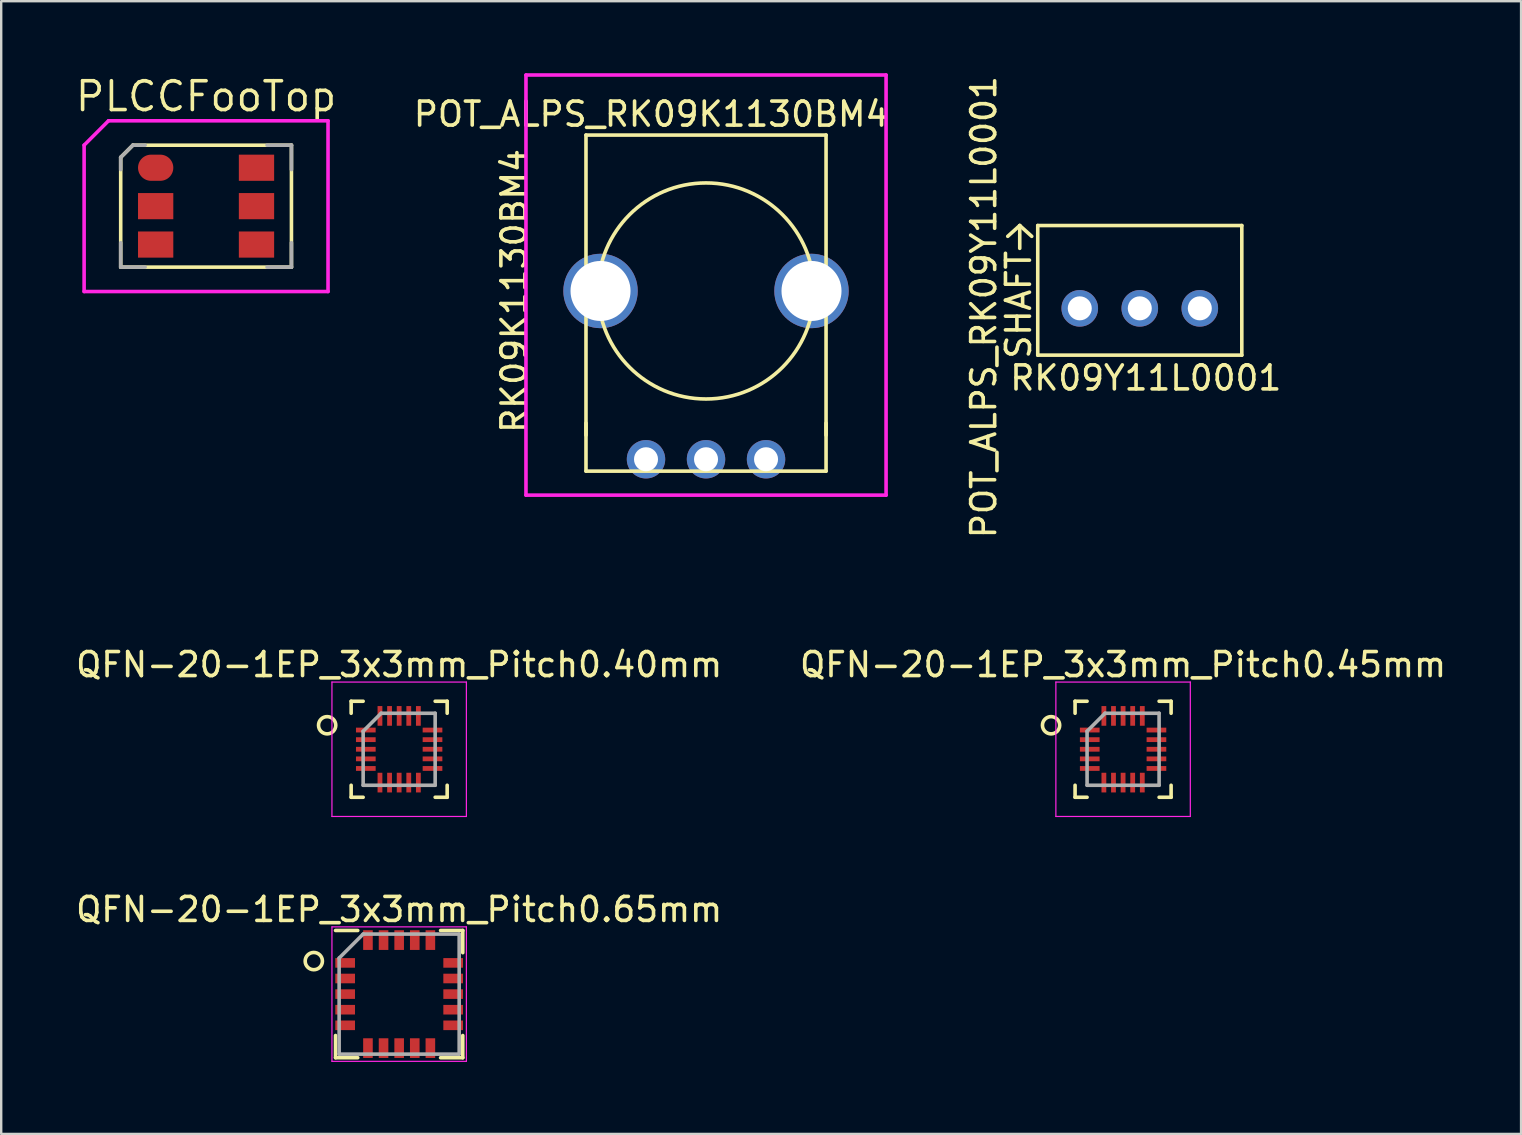
<source format=kicad_pcb>
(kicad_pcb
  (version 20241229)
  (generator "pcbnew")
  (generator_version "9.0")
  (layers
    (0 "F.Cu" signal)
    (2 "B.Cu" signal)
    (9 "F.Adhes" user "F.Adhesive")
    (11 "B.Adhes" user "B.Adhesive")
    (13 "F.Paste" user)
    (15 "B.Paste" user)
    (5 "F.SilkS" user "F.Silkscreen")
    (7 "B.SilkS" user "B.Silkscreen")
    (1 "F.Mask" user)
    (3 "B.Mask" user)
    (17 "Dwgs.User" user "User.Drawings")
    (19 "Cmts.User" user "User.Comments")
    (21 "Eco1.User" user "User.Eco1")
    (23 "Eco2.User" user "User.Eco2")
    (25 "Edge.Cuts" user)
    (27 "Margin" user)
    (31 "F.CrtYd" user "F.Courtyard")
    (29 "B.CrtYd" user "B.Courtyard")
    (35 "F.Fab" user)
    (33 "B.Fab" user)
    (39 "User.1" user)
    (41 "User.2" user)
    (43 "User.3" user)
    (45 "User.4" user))
  (footprint "POT_ALPS_RK09Y11L0001"
    (layer "F.Cu")
    (at 44.427 9.794)
    (property "Reference" "POT_ALPS_RK09Y11L0001" (at -6.5 -0.05 90) (layer "F.SilkS") (effects (font (size 1 1) (thickness 0.15))))
    (attr through_hole)
    (fp_line (start -5 -3.45) (end -5.5 -3) (stroke (width 0.15) (type solid)) (layer "F.SilkS"))
    (fp_line (start -5 -3.45) (end -4.5 -3) (stroke (width 0.15) (type solid)) (layer "F.SilkS"))
    (fp_line (start -5 -2.5) (end -5 -3.45) (stroke (width 0.15) (type solid)) (layer "F.SilkS"))
    (fp_line (start -4.25 -3.45) (end -4.25 1.95) (stroke (width 0.15) (type solid)) (layer "F.SilkS"))
    (fp_line (start -4.25 -3.45) (end 4.25 -3.45) (stroke (width 0.15) (type solid)) (layer "F.SilkS"))
    (fp_line (start 4.25 -3.45) (end 4.25 1.95) (stroke (width 0.15) (type solid)) (layer "F.SilkS"))
    (fp_line (start 4.25 1.95) (end -4.25 1.95) (stroke (width 0.15) (type solid)) (layer "F.SilkS"))
    (fp_text user "SHAFT" (at -5.05 -0.15 90) (layer "F.SilkS") (effects (font (size 1 1) (thickness 0.15))))
    (fp_text user "RK09Y11L0001" (at 0.25 2.9 0) (layer "F.SilkS") (effects (font (size 1 1) (thickness 0.15))))
    (pad "1" thru_hole circle (at -2.5 0) (size 1.524 1.524) (drill 1) (layers "*.Cu" "*.Mask"))
    (pad "2" thru_hole circle (at 0 0) (size 1.524 1.524) (drill 1) (layers "*.Cu" "*.Mask"))
    (pad "3" thru_hole circle (at 2.5 0) (size 1.524 1.524) (drill 1) (layers "*.Cu" "*.Mask")))
  (footprint "QFN-20-1EP_3x3mm_Pitch0.65mm"
    (layer "F.Cu")
    (at 13.577 38.359)
    (property "Reference" "QFN-20-1EP_3x3mm_Pitch0.65mm" (at 0 -3.525 0) (layer "F.SilkS") (effects (font (size 1 1) (thickness 0.15))))
    (attr smd)
    (fp_line (start -2.65 -2.65) (end -1.725 -2.65) (stroke (width 0.15) (type solid)) (layer "F.SilkS"))
    (fp_line (start -2.65 2.65) (end -2.65 1.725) (stroke (width 0.15) (type solid)) (layer "F.SilkS"))
    (fp_line (start -2.65 2.65) (end -1.725 2.65) (stroke (width 0.15) (type solid)) (layer "F.SilkS"))
    (fp_line (start 2.65 -2.65) (end 1.725 -2.65) (stroke (width 0.15) (type solid)) (layer "F.SilkS"))
    (fp_line (start 2.65 -2.65) (end 2.65 -1.725) (stroke (width 0.15) (type solid)) (layer "F.SilkS"))
    (fp_line (start 2.65 2.65) (end 1.725 2.65) (stroke (width 0.15) (type solid)) (layer "F.SilkS"))
    (fp_line (start 2.65 2.65) (end 2.65 1.725) (stroke (width 0.15) (type solid)) (layer "F.SilkS"))
    (fp_circle (center -3.556 -1.375) (end -3.302 -1.629) (stroke (width 0.15) (type solid)) (fill no) (layer "F.SilkS"))
    (fp_line (start -2.8 -2.8) (end -2.8 2.8) (stroke (width 0.05) (type solid)) (layer "F.CrtYd"))
    (fp_line (start -2.8 -2.8) (end 2.8 -2.8) (stroke (width 0.05) (type solid)) (layer "F.CrtYd"))
    (fp_line (start -2.8 2.8) (end 2.8 2.8) (stroke (width 0.05) (type solid)) (layer "F.CrtYd"))
    (fp_line (start 2.8 -2.8) (end 2.8 2.8) (stroke (width 0.05) (type solid)) (layer "F.CrtYd"))
    (fp_line (start -2.5 -1.5) (end -1.5 -2.5) (stroke (width 0.15) (type solid)) (layer "F.Fab"))
    (fp_line (start -2.5 2.5) (end -2.5 -1.5) (stroke (width 0.15) (type solid)) (layer "F.Fab"))
    (fp_line (start -1.5 -2.5) (end 2.5 -2.5) (stroke (width 0.15) (type solid)) (layer "F.Fab"))
    (fp_line (start 2.5 -2.5) (end 2.5 2.5) (stroke (width 0.15) (type solid)) (layer "F.Fab"))
    (fp_line (start 2.5 2.5) (end -2.5 2.5) (stroke (width 0.15) (type solid)) (layer "F.Fab"))
    (pad "1" smd rect (at -2.25 -1.3) (size 0.82 0.4) (layers "F.Cu" "F.Mask" "F.Paste"))
    (pad "2" smd rect (at -2.25 -0.65) (size 0.82 0.4) (layers "F.Cu" "F.Mask" "F.Paste"))
    (pad "3" smd rect (at -2.25 0) (size 0.82 0.4) (layers "F.Cu" "F.Mask" "F.Paste"))
    (pad "4" smd rect (at -2.25 0.65) (size 0.82 0.4) (layers "F.Cu" "F.Mask" "F.Paste"))
    (pad "5" smd rect (at -2.25 1.3) (size 0.82 0.4) (layers "F.Cu" "F.Mask" "F.Paste"))
    (pad "6" smd rect (at -1.3 2.25 90) (size 0.82 0.4) (layers "F.Cu" "F.Mask" "F.Paste"))
    (pad "7" smd rect (at -0.65 2.25 90) (size 0.82 0.4) (layers "F.Cu" "F.Mask" "F.Paste"))
    (pad "8" smd rect (at 0 2.25 90) (size 0.82 0.4) (layers "F.Cu" "F.Mask" "F.Paste"))
    (pad "9" smd rect (at 0.65 2.25 90) (size 0.82 0.4) (layers "F.Cu" "F.Mask" "F.Paste"))
    (pad "10" smd rect (at 1.3 2.25 90) (size 0.82 0.4) (layers "F.Cu" "F.Mask" "F.Paste"))
    (pad "11" smd rect (at 2.25 1.3) (size 0.82 0.4) (layers "F.Cu" "F.Mask" "F.Paste"))
    (pad "12" smd rect (at 2.25 0.65) (size 0.82 0.4) (layers "F.Cu" "F.Mask" "F.Paste"))
    (pad "13" smd rect (at 2.25 0) (size 0.82 0.4) (layers "F.Cu" "F.Mask" "F.Paste"))
    (pad "14" smd rect (at 2.25 -0.65) (size 0.82 0.4) (layers "F.Cu" "F.Mask" "F.Paste"))
    (pad "15" smd rect (at 2.25 -1.3) (size 0.82 0.4) (layers "F.Cu" "F.Mask" "F.Paste"))
    (pad "16" smd rect (at 1.3 -2.25 90) (size 0.82 0.4) (layers "F.Cu" "F.Mask" "F.Paste"))
    (pad "17" smd rect (at 0.65 -2.25 90) (size 0.82 0.4) (layers "F.Cu" "F.Mask" "F.Paste"))
    (pad "18" smd rect (at 0 -2.25 90) (size 0.82 0.4) (layers "F.Cu" "F.Mask" "F.Paste"))
    (pad "19" smd rect (at -0.65 -2.25 90) (size 0.82 0.4) (layers "F.Cu" "F.Mask" "F.Paste"))
    (pad "20" smd rect (at -1.3 -2.25 90) (size 0.82 0.4) (layers "F.Cu" "F.Mask" "F.Paste")))
  (footprint "QFN-20-1EP_3x3mm_Pitch0.45mm"
    (layer "F.Cu")
    (at 43.732 28.16)
    (property "Reference" "QFN-20-1EP_3x3mm_Pitch0.45mm" (at 0 -3.525 0) (layer "F.SilkS") (effects (font (size 1 1) (thickness 0.15))))
    (attr smd)
    (fp_line (start -2 -2) (end -1.5 -2) (stroke (width 0.15) (type solid)) (layer "F.SilkS"))
    (fp_line (start -2 -1.5) (end -2 -2) (stroke (width 0.15) (type solid)) (layer "F.SilkS"))
    (fp_line (start -2 2) (end -2 1.5) (stroke (width 0.15) (type solid)) (layer "F.SilkS"))
    (fp_line (start -1.5 2) (end -2 2) (stroke (width 0.15) (type solid)) (layer "F.SilkS"))
    (fp_line (start 1.5 -2) (end 2 -2) (stroke (width 0.15) (type solid)) (layer "F.SilkS"))
    (fp_line (start 2 -2) (end 2 -1.5) (stroke (width 0.15) (type solid)) (layer "F.SilkS"))
    (fp_line (start 2 1.5) (end 2 2) (stroke (width 0.15) (type solid)) (layer "F.SilkS"))
    (fp_line (start 2 2) (end 1.5 2) (stroke (width 0.15) (type solid)) (layer "F.SilkS"))
    (fp_circle (center -3 -1) (end -2.746 -1.254) (stroke (width 0.15) (type solid)) (fill no) (layer "F.SilkS"))
    (fp_line (start -2.8 -2.8) (end -2.8 2.8) (stroke (width 0.05) (type solid)) (layer "F.CrtYd"))
    (fp_line (start -2.8 -2.8) (end 2.8 -2.8) (stroke (width 0.05) (type solid)) (layer "F.CrtYd"))
    (fp_line (start -2.8 2.8) (end 2.8 2.8) (stroke (width 0.05) (type solid)) (layer "F.CrtYd"))
    (fp_line (start 2.8 -2.8) (end 2.8 2.8) (stroke (width 0.05) (type solid)) (layer "F.CrtYd"))
    (fp_line (start -1.5 1.5) (end -1.5 -0.75) (stroke (width 0.15) (type solid)) (layer "F.Fab"))
    (fp_line (start -0.75 -1.5) (end -1.5 -0.75) (stroke (width 0.15) (type solid)) (layer "F.Fab"))
    (fp_line (start -0.75 -1.5) (end 1.5 -1.5) (stroke (width 0.15) (type solid)) (layer "F.Fab"))
    (fp_line (start 1.5 -1.5) (end 1.5 1.5) (stroke (width 0.15) (type solid)) (layer "F.Fab"))
    (fp_line (start 1.5 1.5) (end -1.5 1.5) (stroke (width 0.15) (type solid)) (layer "F.Fab"))
    (pad "1" smd rect (at -1.389 -0.8) (size 0.82 0.2) (layers "F.Cu" "F.Mask" "F.Paste"))
    (pad "2" smd rect (at -1.389 -0.4) (size 0.82 0.2) (layers "F.Cu" "F.Mask" "F.Paste"))
    (pad "3" smd rect (at -1.389 0) (size 0.82 0.2) (layers "F.Cu" "F.Mask" "F.Paste"))
    (pad "4" smd rect (at -1.389 0.4) (size 0.82 0.2) (layers "F.Cu" "F.Mask" "F.Paste"))
    (pad "5" smd rect (at -1.389 0.8) (size 0.82 0.2) (layers "F.Cu" "F.Mask" "F.Paste"))
    (pad "6" smd rect (at -0.8 1.389 90) (size 0.82 0.2) (layers "F.Cu" "F.Mask" "F.Paste"))
    (pad "7" smd rect (at -0.4 1.389 90) (size 0.82 0.2) (layers "F.Cu" "F.Mask" "F.Paste"))
    (pad "8" smd rect (at 0 1.389 90) (size 0.82 0.2) (layers "F.Cu" "F.Mask" "F.Paste"))
    (pad "9" smd rect (at 0.4 1.389 90) (size 0.82 0.2) (layers "F.Cu" "F.Mask" "F.Paste"))
    (pad "10" smd rect (at 0.8 1.389 90) (size 0.82 0.2) (layers "F.Cu" "F.Mask" "F.Paste"))
    (pad "11" smd rect (at 1.389 0.8) (size 0.82 0.2) (layers "F.Cu" "F.Mask" "F.Paste"))
    (pad "12" smd rect (at 1.389 0.4) (size 0.82 0.2) (layers "F.Cu" "F.Mask" "F.Paste"))
    (pad "13" smd rect (at 1.389 0) (size 0.82 0.2) (layers "F.Cu" "F.Mask" "F.Paste"))
    (pad "14" smd rect (at 1.389 -0.4) (size 0.82 0.2) (layers "F.Cu" "F.Mask" "F.Paste"))
    (pad "15" smd rect (at 1.389 -0.8) (size 0.82 0.2) (layers "F.Cu" "F.Mask" "F.Paste"))
    (pad "16" smd rect (at 0.8 -1.389 90) (size 0.82 0.2) (layers "F.Cu" "F.Mask" "F.Paste"))
    (pad "17" smd rect (at 0.4 -1.389 90) (size 0.82 0.2) (layers "F.Cu" "F.Mask" "F.Paste"))
    (pad "18" smd rect (at 0 -1.389 90) (size 0.82 0.2) (layers "F.Cu" "F.Mask" "F.Paste"))
    (pad "19" smd rect (at -0.4 -1.389 90) (size 0.82 0.2) (layers "F.Cu" "F.Mask" "F.Paste"))
    (pad "20" smd rect (at -0.8 -1.389 90) (size 0.82 0.2) (layers "F.Cu" "F.Mask" "F.Paste")))
  (footprint "POT_ALPS_RK09K1130BM4"
    (layer "F.Cu")
    (at 26.359 9.07)
    (property "Reference" "POT_ALPS_RK09K1130BM4" (at -2.286 -7.366 180) (layer "F.SilkS") (effects (font (size 1 1) (thickness 0.15))))
    (attr through_hole)
    (fp_line (start -5 -6.495) (end 5 -6.495) (stroke (width 0.15) (type solid)) (layer "F.SilkS"))
    (fp_line (start -5 6.005) (end -5 -6.495) (stroke (width 0.15) (type solid)) (layer "F.SilkS"))
    (fp_line (start -5 7.505) (end -5 5.505) (stroke (width 0.15) (type solid)) (layer "F.SilkS"))
    (fp_line (start 5 -6.495) (end 5 6.005) (stroke (width 0.15) (type solid)) (layer "F.SilkS"))
    (fp_line (start 5 7.505) (end -5 7.505) (stroke (width 0.15) (type solid)) (layer "F.SilkS"))
    (fp_line (start 5 7.505) (end 5 5.505) (stroke (width 0.15) (type solid)) (layer "F.SilkS"))
    (fp_circle (center 0 0) (end 4.5 0) (stroke (width 0.15) (type solid)) (fill no) (layer "F.SilkS"))
    (fp_line (start -7.5 -8.995) (end -7.5 8.505) (stroke (width 0.15) (type solid)) (layer "F.CrtYd"))
    (fp_line (start -7.5 8.505) (end 7.5 8.505) (stroke (width 0.15) (type solid)) (layer "F.CrtYd"))
    (fp_line (start 7.5 -8.995) (end -7.5 -8.995) (stroke (width 0.15) (type solid)) (layer "F.CrtYd"))
    (fp_line (start 7.5 8.505) (end 7.5 -8.995) (stroke (width 0.15) (type solid)) (layer "F.CrtYd"))
    (fp_text user "RK09K1130BM4" (at -8 0 90) (layer "F.SilkS") (effects (font (size 1 1) (thickness 0.15))))
    (pad "" thru_hole circle (at -4.394 0) (size 3.1 3.1) (drill 2.5) (layers "*.Cu" "*.Mask"))
    (pad "" thru_hole circle (at 4.394 0) (size 3.1 3.1) (drill 2.5) (layers "*.Cu" "*.Mask"))
    (pad "1" thru_hole circle (at 2.5 7.01) (size 1.6 1.6) (drill 1) (layers "*.Cu" "*.Mask"))
    (pad "2" thru_hole circle (at 0 7.01) (size 1.6 1.6) (drill 1) (layers "*.Cu" "*.Mask"))
    (pad "3" thru_hole circle (at -2.5 7.01) (size 1.6 1.6) (drill 1) (layers "*.Cu" "*.Mask")))
  (footprint "QFN-20-1EP_3x3mm_Pitch0.40mm"
    (layer "F.Cu")
    (at 13.577 28.16)
    (property "Reference" "QFN-20-1EP_3x3mm_Pitch0.40mm" (at 0 -3.525 0) (layer "F.SilkS") (effects (font (size 1 1) (thickness 0.15))))
    (attr smd)
    (fp_line (start -2 -2) (end -1.5 -2) (stroke (width 0.15) (type solid)) (layer "F.SilkS"))
    (fp_line (start -2 -1.5) (end -2 -2) (stroke (width 0.15) (type solid)) (layer "F.SilkS"))
    (fp_line (start -2 2) (end -2 1.5) (stroke (width 0.15) (type solid)) (layer "F.SilkS"))
    (fp_line (start -1.5 2) (end -2 2) (stroke (width 0.15) (type solid)) (layer "F.SilkS"))
    (fp_line (start 1.5 -2) (end 2 -2) (stroke (width 0.15) (type solid)) (layer "F.SilkS"))
    (fp_line (start 2 -2) (end 2 -1.5) (stroke (width 0.15) (type solid)) (layer "F.SilkS"))
    (fp_line (start 2 1.5) (end 2 2) (stroke (width 0.15) (type solid)) (layer "F.SilkS"))
    (fp_line (start 2 2) (end 1.5 2) (stroke (width 0.15) (type solid)) (layer "F.SilkS"))
    (fp_circle (center -3 -1) (end -2.746 -1.254) (stroke (width 0.15) (type solid)) (fill no) (layer "F.SilkS"))
    (fp_line (start -2.8 -2.8) (end -2.8 2.8) (stroke (width 0.05) (type solid)) (layer "F.CrtYd"))
    (fp_line (start -2.8 -2.8) (end 2.8 -2.8) (stroke (width 0.05) (type solid)) (layer "F.CrtYd"))
    (fp_line (start -2.8 2.8) (end 2.8 2.8) (stroke (width 0.05) (type solid)) (layer "F.CrtYd"))
    (fp_line (start 2.8 -2.8) (end 2.8 2.8) (stroke (width 0.05) (type solid)) (layer "F.CrtYd"))
    (fp_line (start -1.5 1.5) (end -1.5 -0.75) (stroke (width 0.15) (type solid)) (layer "F.Fab"))
    (fp_line (start -0.75 -1.5) (end -1.5 -0.75) (stroke (width 0.15) (type solid)) (layer "F.Fab"))
    (fp_line (start -0.75 -1.5) (end 1.5 -1.5) (stroke (width 0.15) (type solid)) (layer "F.Fab"))
    (fp_line (start 1.5 -1.5) (end 1.5 1.5) (stroke (width 0.15) (type solid)) (layer "F.Fab"))
    (fp_line (start 1.5 1.5) (end -1.5 1.5) (stroke (width 0.15) (type solid)) (layer "F.Fab"))
    (pad "1" smd rect (at -1.389 -0.8) (size 0.82 0.2) (layers "F.Cu" "F.Mask" "F.Paste"))
    (pad "2" smd rect (at -1.389 -0.4) (size 0.82 0.2) (layers "F.Cu" "F.Mask" "F.Paste"))
    (pad "3" smd rect (at -1.389 0) (size 0.82 0.2) (layers "F.Cu" "F.Mask" "F.Paste"))
    (pad "4" smd rect (at -1.389 0.4) (size 0.82 0.2) (layers "F.Cu" "F.Mask" "F.Paste"))
    (pad "5" smd rect (at -1.389 0.8) (size 0.82 0.2) (layers "F.Cu" "F.Mask" "F.Paste"))
    (pad "6" smd rect (at -0.8 1.389 90) (size 0.82 0.2) (layers "F.Cu" "F.Mask" "F.Paste"))
    (pad "7" smd rect (at -0.4 1.389 90) (size 0.82 0.2) (layers "F.Cu" "F.Mask" "F.Paste"))
    (pad "8" smd rect (at 0 1.389 90) (size 0.82 0.2) (layers "F.Cu" "F.Mask" "F.Paste"))
    (pad "9" smd rect (at 0.4 1.389 90) (size 0.82 0.2) (layers "F.Cu" "F.Mask" "F.Paste"))
    (pad "10" smd rect (at 0.8 1.389 90) (size 0.82 0.2) (layers "F.Cu" "F.Mask" "F.Paste"))
    (pad "11" smd rect (at 1.389 0.8) (size 0.82 0.2) (layers "F.Cu" "F.Mask" "F.Paste"))
    (pad "12" smd rect (at 1.389 0.4) (size 0.82 0.2) (layers "F.Cu" "F.Mask" "F.Paste"))
    (pad "13" smd rect (at 1.389 0) (size 0.82 0.2) (layers "F.Cu" "F.Mask" "F.Paste"))
    (pad "14" smd rect (at 1.389 -0.4) (size 0.82 0.2) (layers "F.Cu" "F.Mask" "F.Paste"))
    (pad "15" smd rect (at 1.389 -0.8) (size 0.82 0.2) (layers "F.Cu" "F.Mask" "F.Paste"))
    (pad "16" smd rect (at 0.8 -1.389 90) (size 0.82 0.2) (layers "F.Cu" "F.Mask" "F.Paste"))
    (pad "17" smd rect (at 0.4 -1.389 90) (size 0.82 0.2) (layers "F.Cu" "F.Mask" "F.Paste"))
    (pad "18" smd rect (at 0 -1.389 90) (size 0.82 0.2) (layers "F.Cu" "F.Mask" "F.Paste"))
    (pad "19" smd rect (at -0.4 -1.389 90) (size 0.82 0.2) (layers "F.Cu" "F.Mask" "F.Paste"))
    (pad "20" smd rect (at -0.8 -1.389 90) (size 0.82 0.2) (layers "F.Cu" "F.Mask" "F.Paste")))
  (footprint "PLCCFooTop"
    (layer "F.Cu")
    (at 5.534 20.537)
    (property "Reference" "PLCCFooTop" (at 0 -19.572 0) (layer "F.SilkS") (effects (font (size 1.2 1.2) (thickness 0.15))))
    (attr through_hole)
    (fp_line (start -3.556 -17.032) (end -3.048 -17.54) (stroke (width 0.15) (type solid)) (layer "F.SilkS"))
    (fp_line (start -3.556 -12.46) (end -3.556 -17.032) (stroke (width 0.15) (type solid)) (layer "F.SilkS"))
    (fp_line (start -3.048 -17.54) (end 3.556 -17.54) (stroke (width 0.15) (type solid)) (layer "F.SilkS"))
    (fp_line (start 3.556 -17.54) (end 3.556 -12.46) (stroke (width 0.15) (type solid)) (layer "F.SilkS"))
    (fp_line (start 3.556 -12.46) (end -3.556 -12.46) (stroke (width 0.15) (type solid)) (layer "F.SilkS"))
    (fp_line (start -5.08 -17.54) (end -5.08 -11.444) (stroke (width 0.15) (type solid)) (layer "F.CrtYd"))
    (fp_line (start -5.08 -11.444) (end 5.08 -11.444) (stroke (width 0.15) (type solid)) (layer "F.CrtYd"))
    (fp_line (start -4.064 -18.556) (end -5.08 -17.54) (stroke (width 0.15) (type solid)) (layer "F.CrtYd"))
    (fp_line (start 5.08 -18.556) (end -4.064 -18.556) (stroke (width 0.15) (type solid)) (layer "F.CrtYd"))
    (fp_line (start 5.08 -11.444) (end 5.08 -18.556) (stroke (width 0.15) (type solid)) (layer "F.CrtYd"))
    (fp_line (start -3.556 -17.032) (end -3.556 -16.524) (stroke (width 0.15) (type solid)) (layer "F.Fab"))
    (fp_line (start -3.556 -13.476) (end -3.556 -12.46) (stroke (width 0.15) (type solid)) (layer "F.Fab"))
    (fp_line (start -3.556 -12.46) (end -2.54 -12.46) (stroke (width 0.15) (type solid)) (layer "F.Fab"))
    (fp_line (start -3.048 -17.54) (end -3.556 -17.032) (stroke (width 0.15) (type solid)) (layer "F.Fab"))
    (fp_line (start -2.54 -17.54) (end -3.048 -17.54) (stroke (width 0.15) (type solid)) (layer "F.Fab"))
    (fp_line (start 2.54 -12.46) (end 3.556 -12.46) (stroke (width 0.15) (type solid)) (layer "F.Fab"))
    (fp_line (start 3.556 -17.54) (end 2.54 -17.54) (stroke (width 0.15) (type solid)) (layer "F.Fab"))
    (fp_line (start 3.556 -16.524) (end 3.556 -17.54) (stroke (width 0.15) (type solid)) (layer "F.Fab"))
    (fp_line (start 3.556 -12.46) (end 3.556 -13.476) (stroke (width 0.15) (type solid)) (layer "F.Fab"))
    (pad "1" smd oval (at -2.1 -16.6 270) (size 1.09 1.47) (layers "F.Cu" "F.Mask" "F.Paste"))
    (pad "2" smd rect (at -2.1 -15 270) (size 1.09 1.47) (layers "F.Cu" "F.Mask" "F.Paste"))
    (pad "3" smd rect (at -2.1 -13.4 270) (size 1.09 1.47) (layers "F.Cu" "F.Mask" "F.Paste"))
    (pad "4" smd rect (at 2.1 -13.4 270) (size 1.09 1.47) (layers "F.Cu" "F.Mask" "F.Paste"))
    (pad "5" smd rect (at 2.1 -15 270) (size 1.09 1.47) (layers "F.Cu" "F.Mask" "F.Paste"))
    (pad "6" smd rect (at 2.1 -16.6 270) (size 1.09 1.47) (layers "F.Cu" "F.Mask" "F.Paste")))
  (gr_rect
    (start -3 -3)
    (end 60.31 44.184)
    (stroke (width 0.1) (type default))
    (fill no)
    (layer "Edge.Cuts")))
</source>
